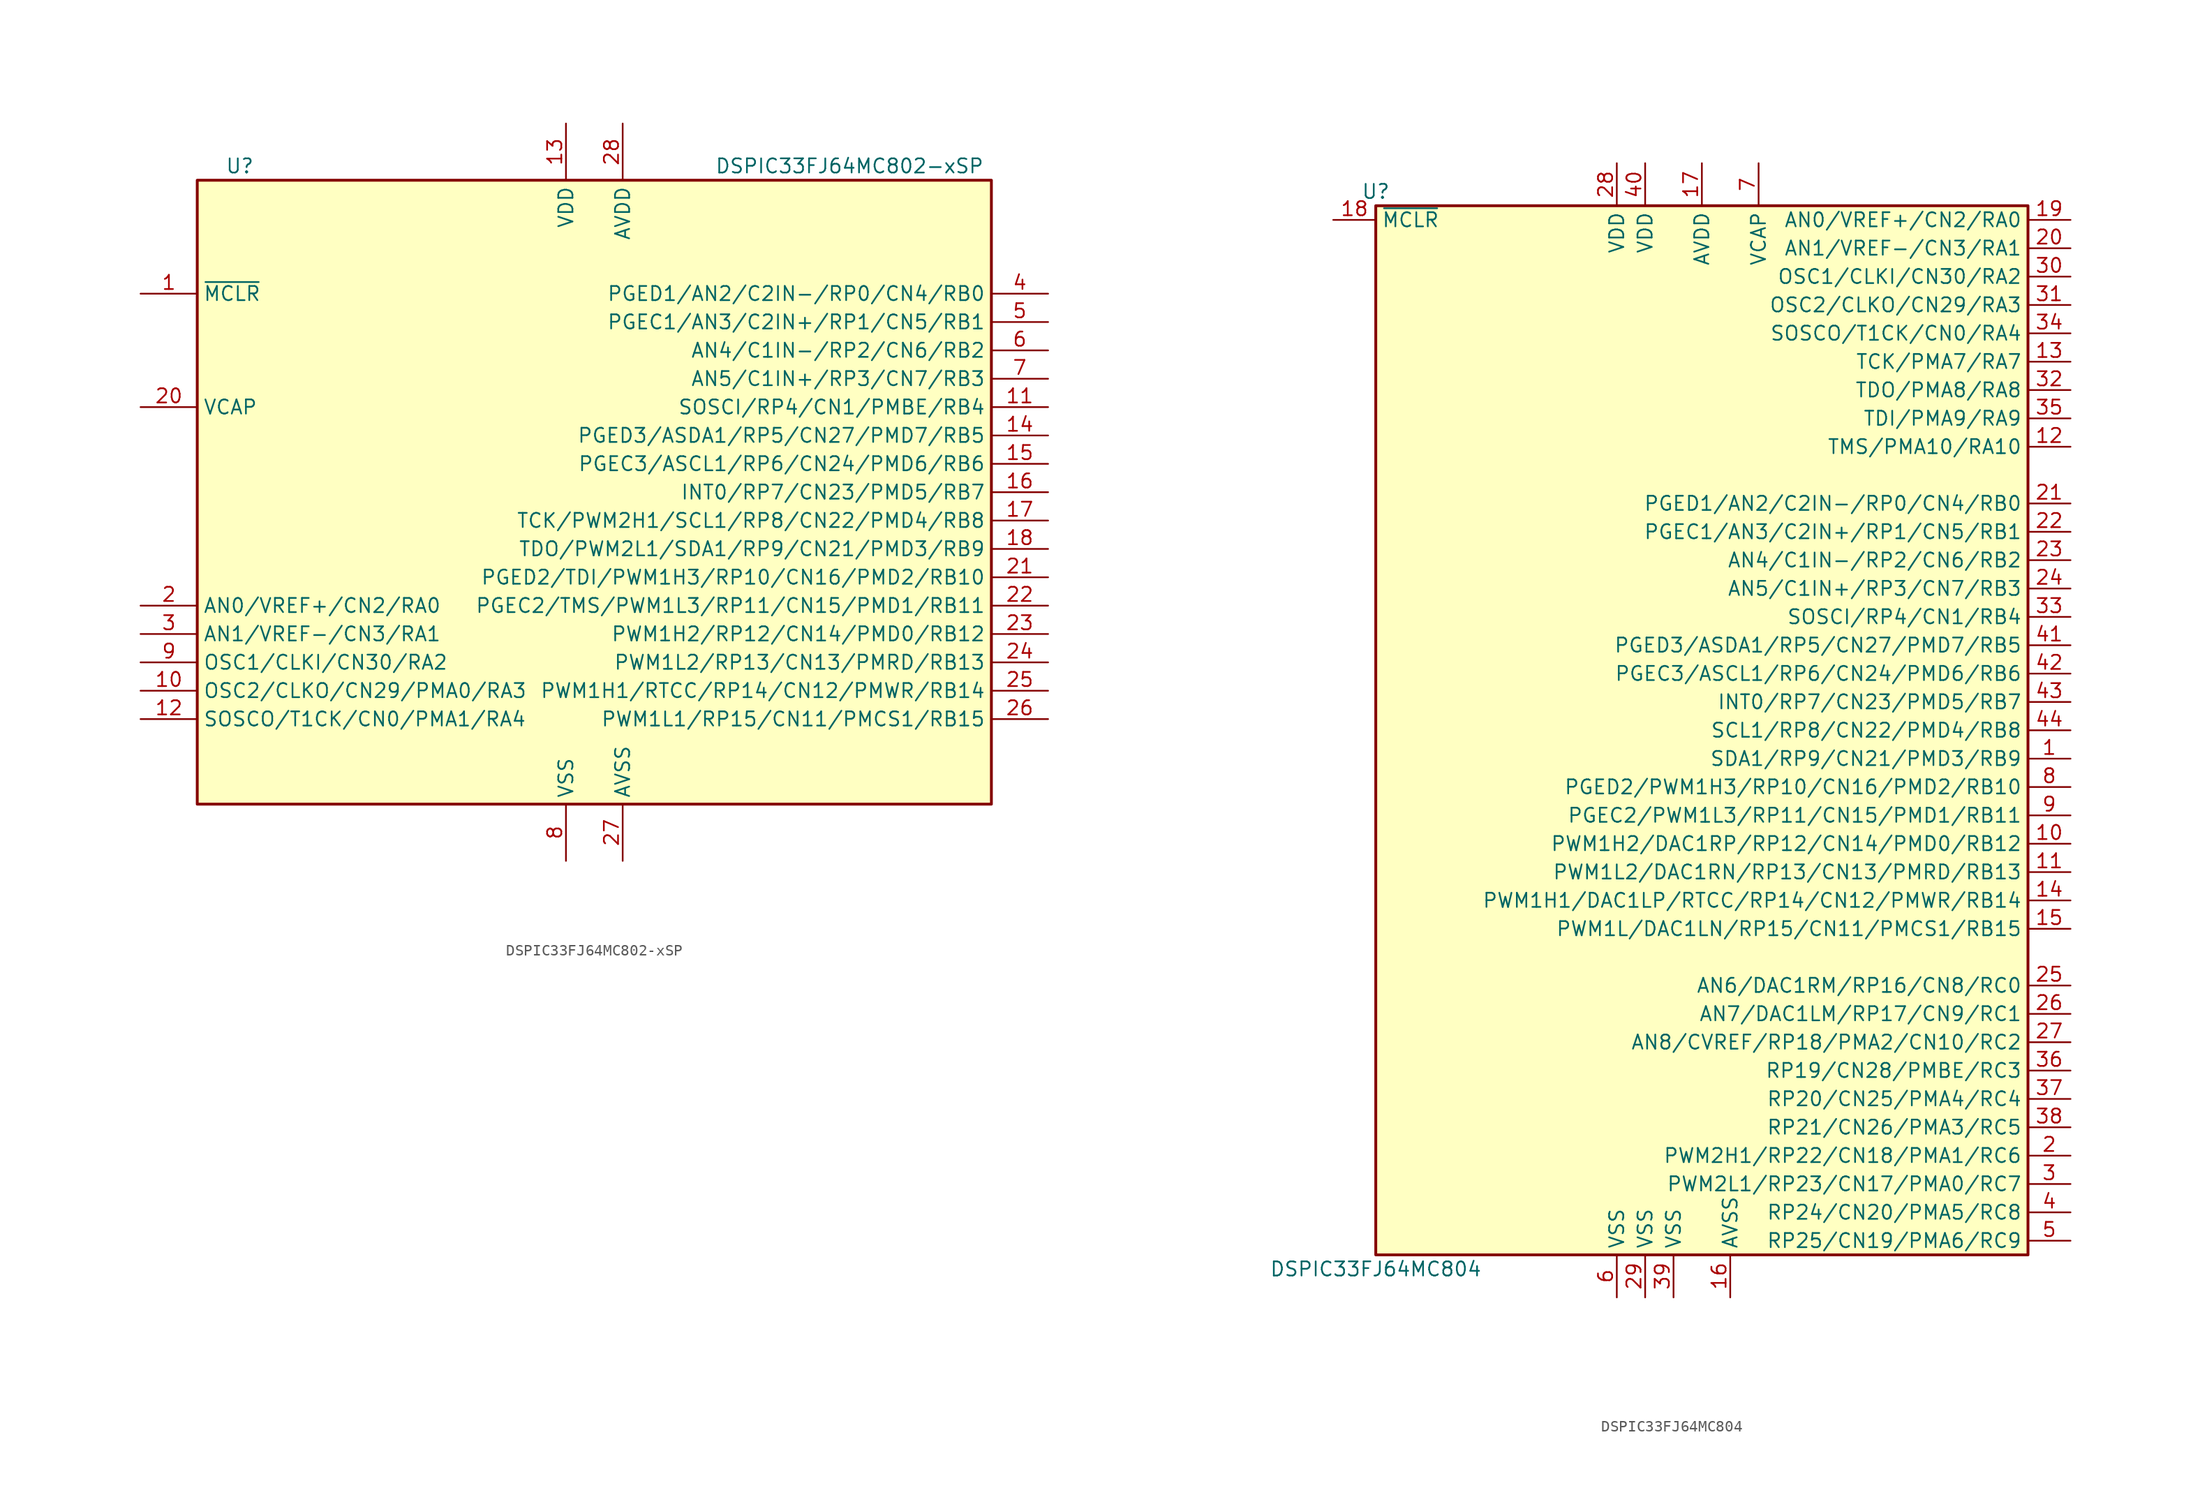
<source format=kicad_sym>
(kicad_symbol_lib
  (version 20201005)
  (generator kicad_symbol_editor)
  (symbol "DSP_Microchip_DSPIC33:DSPIC33FJ64MC802-xSP"
    (property "Reference" "U"
      (at -31.75 29.21 0)
      (effects (font (size 1.27 1.27))))
    (property "Value" "DSPIC33FJ64MC802-xSP"
      (at 22.86 29.21 0)
      (effects (font (size 1.27 1.27))))
    (symbol "DSPIC33FJ64MC802-xSP_0_1"
      (rectangle (start -35.56 27.94) (end 35.56 -27.94) (stroke (width 0.254)) (fill (type background))))
    (symbol "DSPIC33FJ64MC802-xSP_1_1"
      (pin input line (at -40.64 17.78 0) (length 5.08) (name "~MCLR" (effects (font (size 1.27 1.27)))) (number "1" (effects (font (size 1.27 1.27)))))
      (pin bidirectional line (at -40.64 -17.78 0) (length 5.08) (name "OSC2/CLKO/CN29/PMA0/RA3" (effects (font (size 1.27 1.27)))) (number "10" (effects (font (size 1.27 1.27)))))
      (pin bidirectional line (at 40.64 7.62 180) (length 5.08) (name "SOSCI/RP4/CN1/PMBE/RB4" (effects (font (size 1.27 1.27)))) (number "11" (effects (font (size 1.27 1.27)))))
      (pin bidirectional line (at -40.64 -20.32 0) (length 5.08) (name "SOSCO/T1CK/CN0/PMA1/RA4" (effects (font (size 1.27 1.27)))) (number "12" (effects (font (size 1.27 1.27)))))
      (pin power_in line (at -2.54 33.02 270) (length 5.08) (name "VDD" (effects (font (size 1.27 1.27)))) (number "13" (effects (font (size 1.27 1.27)))))
      (pin bidirectional line (at 40.64 5.08 180) (length 5.08) (name "PGED3/ASDA1/RP5/CN27/PMD7/RB5" (effects (font (size 1.27 1.27)))) (number "14" (effects (font (size 1.27 1.27)))))
      (pin bidirectional line (at 40.64 2.54 180) (length 5.08) (name "PGEC3/ASCL1/RP6/CN24/PMD6/RB6" (effects (font (size 1.27 1.27)))) (number "15" (effects (font (size 1.27 1.27)))))
      (pin bidirectional line (at 40.64 0 180) (length 5.08) (name "INT0/RP7/CN23/PMD5/RB7" (effects (font (size 1.27 1.27)))) (number "16" (effects (font (size 1.27 1.27)))))
      (pin bidirectional line (at 40.64 -2.54 180) (length 5.08) (name "TCK/PWM2H1/SCL1/RP8/CN22/PMD4/RB8" (effects (font (size 1.27 1.27)))) (number "17" (effects (font (size 1.27 1.27)))))
      (pin bidirectional line (at 40.64 -5.08 180) (length 5.08) (name "TDO/PWM2L1/SDA1/RP9/CN21/PMD3/RB9" (effects (font (size 1.27 1.27)))) (number "18" (effects (font (size 1.27 1.27)))))
      (pin passive line (at -2.54 -33.02 90) (length 5.08) hide (name "VSS" (effects (font (size 1.27 1.27)))) (number "19" (effects (font (size 1.27 1.27)))))
      (pin bidirectional line (at -40.64 -10.16 0) (length 5.08) (name "AN0/VREF+/CN2/RA0" (effects (font (size 1.27 1.27)))) (number "2" (effects (font (size 1.27 1.27)))))
      (pin passive line (at -40.64 7.62 0) (length 5.08) (name "VCAP" (effects (font (size 1.27 1.27)))) (number "20" (effects (font (size 1.27 1.27)))))
      (pin bidirectional line (at 40.64 -7.62 180) (length 5.08) (name "PGED2/TDI/PWM1H3/RP10/CN16/PMD2/RB10" (effects (font (size 1.27 1.27)))) (number "21" (effects (font (size 1.27 1.27)))))
      (pin bidirectional line (at 40.64 -10.16 180) (length 5.08) (name "PGEC2/TMS/PWM1L3/RP11/CN15/PMD1/RB11" (effects (font (size 1.27 1.27)))) (number "22" (effects (font (size 1.27 1.27)))))
      (pin bidirectional line (at 40.64 -12.7 180) (length 5.08) (name "PWM1H2/RP12/CN14/PMD0/RB12" (effects (font (size 1.27 1.27)))) (number "23" (effects (font (size 1.27 1.27)))))
      (pin bidirectional line (at 40.64 -15.24 180) (length 5.08) (name "PWM1L2/RP13/CN13/PMRD/RB13" (effects (font (size 1.27 1.27)))) (number "24" (effects (font (size 1.27 1.27)))))
      (pin bidirectional line (at 40.64 -17.78 180) (length 5.08) (name "PWM1H1/RTCC/RP14/CN12/PMWR/RB14" (effects (font (size 1.27 1.27)))) (number "25" (effects (font (size 1.27 1.27)))))
      (pin bidirectional line (at 40.64 -20.32 180) (length 5.08) (name "PWM1L1/RP15/CN11/PMCS1/RB15" (effects (font (size 1.27 1.27)))) (number "26" (effects (font (size 1.27 1.27)))))
      (pin power_in line (at 2.54 -33.02 90) (length 5.08) (name "AVSS" (effects (font (size 1.27 1.27)))) (number "27" (effects (font (size 1.27 1.27)))))
      (pin power_in line (at 2.54 33.02 270) (length 5.08) (name "AVDD" (effects (font (size 1.27 1.27)))) (number "28" (effects (font (size 1.27 1.27)))))
      (pin bidirectional line (at -40.64 -12.7 0) (length 5.08) (name "AN1/VREF-/CN3/RA1" (effects (font (size 1.27 1.27)))) (number "3" (effects (font (size 1.27 1.27)))))
      (pin bidirectional line (at 40.64 17.78 180) (length 5.08) (name "PGED1/AN2/C2IN-/RP0/CN4/RB0" (effects (font (size 1.27 1.27)))) (number "4" (effects (font (size 1.27 1.27)))))
      (pin bidirectional line (at 40.64 15.24 180) (length 5.08) (name "PGEC1/AN3/C2IN+/RP1/CN5/RB1" (effects (font (size 1.27 1.27)))) (number "5" (effects (font (size 1.27 1.27)))))
      (pin bidirectional line (at 40.64 12.7 180) (length 5.08) (name "AN4/C1IN-/RP2/CN6/RB2" (effects (font (size 1.27 1.27)))) (number "6" (effects (font (size 1.27 1.27)))))
      (pin bidirectional line (at 40.64 10.16 180) (length 5.08) (name "AN5/C1IN+/RP3/CN7/RB3" (effects (font (size 1.27 1.27)))) (number "7" (effects (font (size 1.27 1.27)))))
      (pin power_in line (at -2.54 -33.02 90) (length 5.08) (name "VSS" (effects (font (size 1.27 1.27)))) (number "8" (effects (font (size 1.27 1.27)))))
      (pin bidirectional line (at -40.64 -15.24 0) (length 5.08) (name "OSC1/CLKI/CN30/RA2" (effects (font (size 1.27 1.27)))) (number "9" (effects (font (size 1.27 1.27)))))))
  (symbol "DSP_Microchip_DSPIC33:DSPIC33FJ64MC804"
    (property "Reference" "U"
      (at -29.21 48.26 0)
      (effects (font (size 1.27 1.27))))
    (property "Value" "DSPIC33FJ64MC804"
      (at -29.21 -48.26 0)
      (effects (font (size 1.27 1.27))))
    (symbol "DSPIC33FJ64MC804_1_1"
      (rectangle (start -29.21 46.99) (end 29.21 -46.99) (stroke (width 0.254)) (fill (type background)))
      (pin bidirectional line (at 33.02 -2.54 180) (length 3.81) (name "SDA1/RP9/CN21/PMD3/RB9" (effects (font (size 1.27 1.27)))) (number "1" (effects (font (size 1.27 1.27)))))
      (pin bidirectional line (at 33.02 -10.16 180) (length 3.81) (name "PWM1H2/DAC1RP/RP12/CN14/PMD0/RB12" (effects (font (size 1.27 1.27)))) (number "10" (effects (font (size 1.27 1.27)))))
      (pin bidirectional line (at 33.02 -12.7 180) (length 3.81) (name "PWM1L2/DAC1RN/RP13/CN13/PMRD/RB13" (effects (font (size 1.27 1.27)))) (number "11" (effects (font (size 1.27 1.27)))))
      (pin bidirectional line (at 33.02 25.4 180) (length 3.81) (name "TMS/PMA10/RA10" (effects (font (size 1.27 1.27)))) (number "12" (effects (font (size 1.27 1.27)))))
      (pin bidirectional line (at 33.02 33.02 180) (length 3.81) (name "TCK/PMA7/RA7" (effects (font (size 1.27 1.27)))) (number "13" (effects (font (size 1.27 1.27)))))
      (pin bidirectional line (at 33.02 -15.24 180) (length 3.81) (name "PWM1H1/DAC1LP/RTCC/RP14/CN12/PMWR/RB14" (effects (font (size 1.27 1.27)))) (number "14" (effects (font (size 1.27 1.27)))))
      (pin bidirectional line (at 33.02 -17.78 180) (length 3.81) (name "PWM1L/DAC1LN/RP15/CN11/PMCS1/RB15" (effects (font (size 1.27 1.27)))) (number "15" (effects (font (size 1.27 1.27)))))
      (pin power_in line (at 2.54 -50.8 90) (length 3.81) (name "AVSS" (effects (font (size 1.27 1.27)))) (number "16" (effects (font (size 1.27 1.27)))))
      (pin power_in line (at 0 50.8 270) (length 3.81) (name "AVDD" (effects (font (size 1.27 1.27)))) (number "17" (effects (font (size 1.27 1.27)))))
      (pin input line (at -33.02 45.72 0) (length 3.81) (name "~MCLR" (effects (font (size 1.27 1.27)))) (number "18" (effects (font (size 1.27 1.27)))))
      (pin bidirectional line (at 33.02 45.72 180) (length 3.81) (name "AN0/VREF+/CN2/RA0" (effects (font (size 1.27 1.27)))) (number "19" (effects (font (size 1.27 1.27)))))
      (pin bidirectional line (at 33.02 -38.1 180) (length 3.81) (name "PWM2H1/RP22/CN18/PMA1/RC6" (effects (font (size 1.27 1.27)))) (number "2" (effects (font (size 1.27 1.27)))))
      (pin bidirectional line (at 33.02 43.18 180) (length 3.81) (name "AN1/VREF-/CN3/RA1" (effects (font (size 1.27 1.27)))) (number "20" (effects (font (size 1.27 1.27)))))
      (pin bidirectional line (at 33.02 20.32 180) (length 3.81) (name "PGED1/AN2/C2IN-/RP0/CN4/RB0" (effects (font (size 1.27 1.27)))) (number "21" (effects (font (size 1.27 1.27)))))
      (pin bidirectional line (at 33.02 17.78 180) (length 3.81) (name "PGEC1/AN3/C2IN+/RP1/CN5/RB1" (effects (font (size 1.27 1.27)))) (number "22" (effects (font (size 1.27 1.27)))))
      (pin bidirectional line (at 33.02 15.24 180) (length 3.81) (name "AN4/C1IN-/RP2/CN6/RB2" (effects (font (size 1.27 1.27)))) (number "23" (effects (font (size 1.27 1.27)))))
      (pin bidirectional line (at 33.02 12.7 180) (length 3.81) (name "AN5/C1IN+/RP3/CN7/RB3" (effects (font (size 1.27 1.27)))) (number "24" (effects (font (size 1.27 1.27)))))
      (pin bidirectional line (at 33.02 -22.86 180) (length 3.81) (name "AN6/DAC1RM/RP16/CN8/RC0" (effects (font (size 1.27 1.27)))) (number "25" (effects (font (size 1.27 1.27)))))
      (pin bidirectional line (at 33.02 -25.4 180) (length 3.81) (name "AN7/DAC1LM/RP17/CN9/RC1" (effects (font (size 1.27 1.27)))) (number "26" (effects (font (size 1.27 1.27)))))
      (pin bidirectional line (at 33.02 -27.94 180) (length 3.81) (name "AN8/CVREF/RP18/PMA2/CN10/RC2" (effects (font (size 1.27 1.27)))) (number "27" (effects (font (size 1.27 1.27)))))
      (pin power_in line (at -7.62 50.8 270) (length 3.81) (name "VDD" (effects (font (size 1.27 1.27)))) (number "28" (effects (font (size 1.27 1.27)))))
      (pin power_in line (at -5.08 -50.8 90) (length 3.81) (name "VSS" (effects (font (size 1.27 1.27)))) (number "29" (effects (font (size 1.27 1.27)))))
      (pin bidirectional line (at 33.02 -40.64 180) (length 3.81) (name "PWM2L1/RP23/CN17/PMA0/RC7" (effects (font (size 1.27 1.27)))) (number "3" (effects (font (size 1.27 1.27)))))
      (pin input line (at 33.02 40.64 180) (length 3.81) (name "OSC1/CLKI/CN30/RA2" (effects (font (size 1.27 1.27)))) (number "30" (effects (font (size 1.27 1.27)))))
      (pin input line (at 33.02 38.1 180) (length 3.81) (name "OSC2/CLKO/CN29/RA3" (effects (font (size 1.27 1.27)))) (number "31" (effects (font (size 1.27 1.27)))))
      (pin input line (at 33.02 30.48 180) (length 3.81) (name "TDO/PMA8/RA8" (effects (font (size 1.27 1.27)))) (number "32" (effects (font (size 1.27 1.27)))))
      (pin input line (at 33.02 10.16 180) (length 3.81) (name "SOSCI/RP4/CN1/RB4" (effects (font (size 1.27 1.27)))) (number "33" (effects (font (size 1.27 1.27)))))
      (pin input line (at 33.02 35.56 180) (length 3.81) (name "SOSCO/T1CK/CN0/RA4" (effects (font (size 1.27 1.27)))) (number "34" (effects (font (size 1.27 1.27)))))
      (pin input line (at 33.02 27.94 180) (length 3.81) (name "TDI/PMA9/RA9" (effects (font (size 1.27 1.27)))) (number "35" (effects (font (size 1.27 1.27)))))
      (pin input line (at 33.02 -30.48 180) (length 3.81) (name "RP19/CN28/PMBE/RC3" (effects (font (size 1.27 1.27)))) (number "36" (effects (font (size 1.27 1.27)))))
      (pin input line (at 33.02 -33.02 180) (length 3.81) (name "RP20/CN25/PMA4/RC4" (effects (font (size 1.27 1.27)))) (number "37" (effects (font (size 1.27 1.27)))))
      (pin input line (at 33.02 -35.56 180) (length 3.81) (name "RP21/CN26/PMA3/RC5" (effects (font (size 1.27 1.27)))) (number "38" (effects (font (size 1.27 1.27)))))
      (pin power_in line (at -2.54 -50.8 90) (length 3.81) (name "VSS" (effects (font (size 1.27 1.27)))) (number "39" (effects (font (size 1.27 1.27)))))
      (pin bidirectional line (at 33.02 -43.18 180) (length 3.81) (name "RP24/CN20/PMA5/RC8" (effects (font (size 1.27 1.27)))) (number "4" (effects (font (size 1.27 1.27)))))
      (pin power_in line (at -5.08 50.8 270) (length 3.81) (name "VDD" (effects (font (size 1.27 1.27)))) (number "40" (effects (font (size 1.27 1.27)))))
      (pin input line (at 33.02 7.62 180) (length 3.81) (name "PGED3/ASDA1/RP5/CN27/PMD7/RB5" (effects (font (size 1.27 1.27)))) (number "41" (effects (font (size 1.27 1.27)))))
      (pin input line (at 33.02 5.08 180) (length 3.81) (name "PGEC3/ASCL1/RP6/CN24/PMD6/RB6" (effects (font (size 1.27 1.27)))) (number "42" (effects (font (size 1.27 1.27)))))
      (pin input line (at 33.02 2.54 180) (length 3.81) (name "INT0/RP7/CN23/PMD5/RB7" (effects (font (size 1.27 1.27)))) (number "43" (effects (font (size 1.27 1.27)))))
      (pin input line (at 33.02 0 180) (length 3.81) (name "SCL1/RP8/CN22/PMD4/RB8" (effects (font (size 1.27 1.27)))) (number "44" (effects (font (size 1.27 1.27)))))
      (pin bidirectional line (at 33.02 -45.72 180) (length 3.81) (name "RP25/CN19/PMA6/RC9" (effects (font (size 1.27 1.27)))) (number "5" (effects (font (size 1.27 1.27)))))
      (pin power_in line (at -7.62 -50.8 90) (length 3.81) (name "VSS" (effects (font (size 1.27 1.27)))) (number "6" (effects (font (size 1.27 1.27)))))
      (pin power_in line (at 5.08 50.8 270) (length 3.81) (name "VCAP" (effects (font (size 1.27 1.27)))) (number "7" (effects (font (size 1.27 1.27)))))
      (pin bidirectional line (at 33.02 -5.08 180) (length 3.81) (name "PGED2/PWM1H3/RP10/CN16/PMD2/RB10" (effects (font (size 1.27 1.27)))) (number "8" (effects (font (size 1.27 1.27)))))
      (pin bidirectional line (at 33.02 -7.62 180) (length 3.81) (name "PGEC2/PWM1L3/RP11/CN15/PMD1/RB11" (effects (font (size 1.27 1.27)))) (number "9" (effects (font (size 1.27 1.27))))))))
</source>
